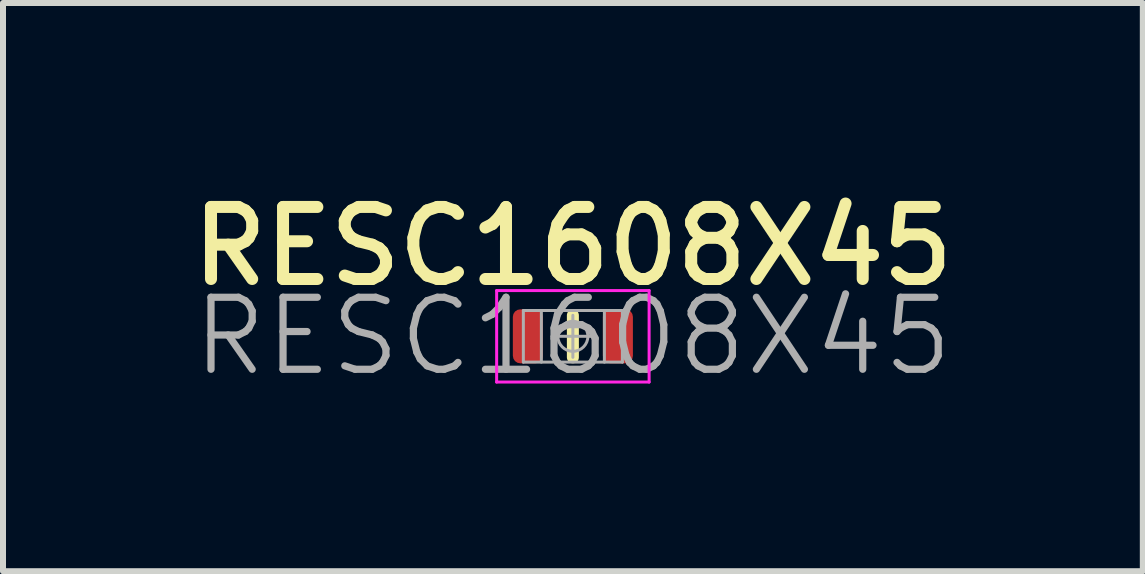
<source format=kicad_pcb>
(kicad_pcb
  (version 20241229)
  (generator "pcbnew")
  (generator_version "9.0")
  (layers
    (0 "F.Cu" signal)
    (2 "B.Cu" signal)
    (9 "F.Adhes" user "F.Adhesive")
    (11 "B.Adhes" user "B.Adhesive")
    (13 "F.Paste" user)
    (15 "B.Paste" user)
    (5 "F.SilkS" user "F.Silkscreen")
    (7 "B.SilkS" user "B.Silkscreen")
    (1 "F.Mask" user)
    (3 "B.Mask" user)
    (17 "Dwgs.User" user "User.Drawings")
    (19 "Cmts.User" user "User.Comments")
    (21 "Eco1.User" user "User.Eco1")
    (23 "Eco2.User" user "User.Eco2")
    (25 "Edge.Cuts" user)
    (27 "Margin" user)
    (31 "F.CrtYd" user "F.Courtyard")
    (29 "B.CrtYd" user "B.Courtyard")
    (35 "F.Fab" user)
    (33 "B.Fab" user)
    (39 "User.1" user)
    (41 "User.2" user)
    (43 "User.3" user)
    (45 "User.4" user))
  (footprint "RESC1608X45"
    (layer "F.Cu")
    (at 6.494 2.553)
    (property "Reference" "RESC1608X45" (at 0 -1.5 0) (layer "F.SilkS") (effects (font (size 1.2 1.2) (thickness 0.2))))
    (attr through_hole)
    (fp_line (start 0 -0.35) (end 0 0.35) (stroke (width 0.2) (type solid)) (layer "F.SilkS"))
    (fp_line (start -1.27 -0.762) (end -1.27 0.762) (stroke (width 0.05) (type solid)) (layer "F.CrtYd"))
    (fp_line (start -1.27 0.762) (end 1.27 0.762) (stroke (width 0.05) (type solid)) (layer "F.CrtYd"))
    (fp_line (start 1.27 -0.762) (end -1.27 -0.762) (stroke (width 0.05) (type solid)) (layer "F.CrtYd"))
    (fp_line (start 1.27 0.762) (end 1.27 -0.762) (stroke (width 0.05) (type solid)) (layer "F.CrtYd"))
    (fp_line (start -0.825 -0.43) (end -0.825 0.43) (stroke (width 0.05) (type solid)) (layer "F.Fab"))
    (fp_line (start -0.825 0.43) (end 0.825 0.43) (stroke (width 0.05) (type solid)) (layer "F.Fab"))
    (fp_line (start -0.525 -0.43) (end -0.525 0.43) (stroke (width 0.05) (type solid)) (layer "F.Fab"))
    (fp_line (start -0.35 0) (end 0.35 0) (stroke (width 0.05) (type solid)) (layer "F.Fab"))
    (fp_line (start 0 -0.35) (end 0 0.35) (stroke (width 0.05) (type solid)) (layer "F.Fab"))
    (fp_line (start 0.525 -0.43) (end 0.525 0.43) (stroke (width 0.05) (type solid)) (layer "F.Fab"))
    (fp_line (start 0.825 -0.43) (end -0.825 -0.43) (stroke (width 0.05) (type solid)) (layer "F.Fab"))
    (fp_line (start 0.825 0.43) (end 0.825 -0.43) (stroke (width 0.05) (type solid)) (layer "F.Fab"))
    (fp_circle (center 0 0) (end 0.25 0) (stroke (width 0.05) (type solid)) (fill no) (layer "F.Fab"))
    (fp_text user "${REFERENCE}" (at 0 0 0) (layer "F.Fab") (effects (font (size 1.2 1.2) (thickness 0.12))))
    (pad "1" smd roundrect (at -0.75 0) (size 0.5 0.9) (layers "F.Cu" "F.Mask" "F.Paste") (roundrect_rratio 0.25))
    (pad "2" smd roundrect (at 0.75 0) (size 0.5 0.9) (layers "F.Cu" "F.Mask" "F.Paste") (roundrect_rratio 0.25)))
  (gr_rect
    (start -3 -3)
    (end 15.989 6.466)
    (stroke (width 0.1) (type default))
    (fill no)
    (layer "Edge.Cuts")))
</source>
